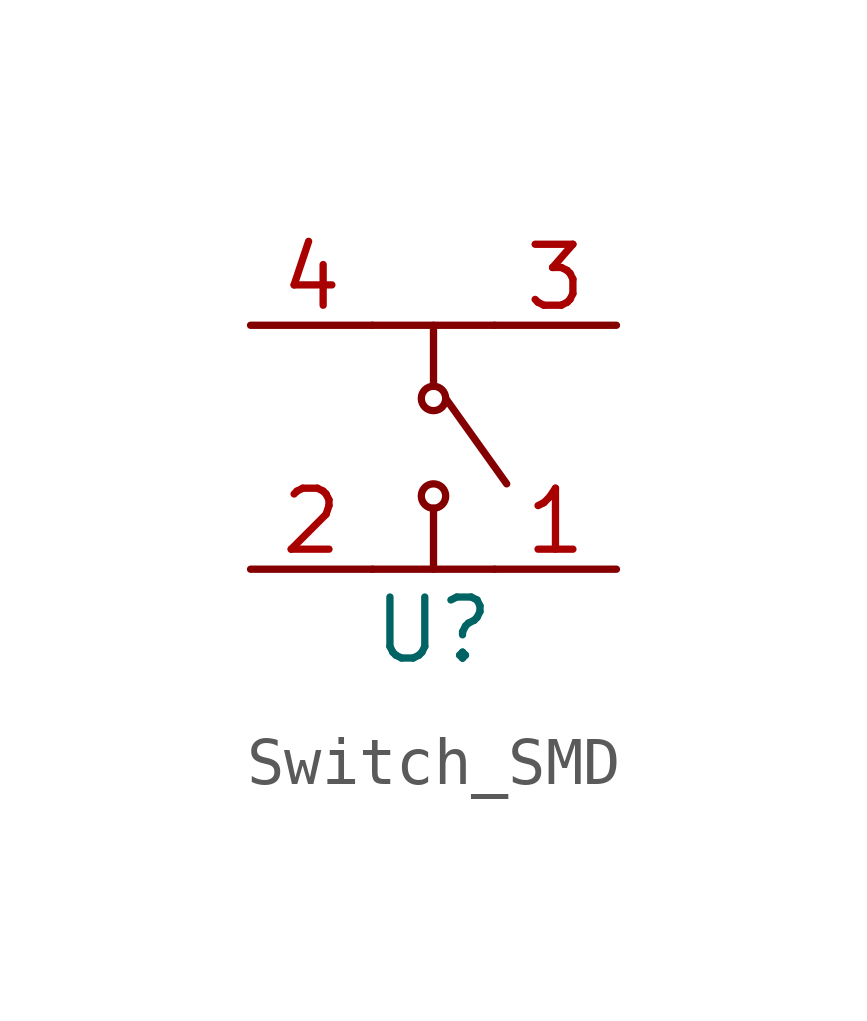
<source format=kicad_sym>
(kicad_symbol_lib
  (version 20241209)
  (generator "kicad_symbol_editor")
  (generator_version "9.0")
  (symbol "Switch_SMD"
    (property "Reference" "U"
      (at 0 -3.81 0)
      (effects (font (size 1.27 1.27))))
    (property "Value" ""
      (at 0 0 0)
      (effects (font (size 1.27 1.27))))
    (symbol "Switch_SMD_0_1"
      (polyline (pts (xy 0 2.54) (xy 0 1.27)) (stroke (width 0) (type default)) (fill (type none)))
      (circle (center 0 1.016) (radius 0.254) (stroke (width 0) (type default)) (fill (type none)))
      (circle (center 0 -1.016) (radius 0.254) (stroke (width 0) (type default)) (fill (type none)))
      (polyline (pts (xy 0 -1.27) (xy 0 -2.54)) (stroke (width 0) (type default)) (fill (type none)))
      (polyline (pts (xy 0.254 1.016) (xy 1.524 -0.762)) (stroke (width 0) (type default)) (fill (type none)))
      (polyline (pts (xy 1.27 2.54) (xy -1.27 2.54)) (stroke (width 0) (type default)) (fill (type none)))
      (polyline (pts (xy 1.27 -2.54) (xy -1.27 -2.54)) (stroke (width 0) (type default)) (fill (type none))))
    (symbol "Switch_SMD_1_1"
      (pin bidirectional line (at -3.81 2.54 0) (length 2.54) (name "" (effects (font (size 1.27 1.27)))) (number "4" (effects (font (size 1.27 1.27)))))
      (pin bidirectional line (at -3.81 -2.54 0) (length 2.54) (name "" (effects (font (size 1.27 1.27)))) (number "2" (effects (font (size 1.27 1.27)))))
      (pin bidirectional line (at 3.81 2.54 180) (length 2.54) (name "" (effects (font (size 1.27 1.27)))) (number "3" (effects (font (size 1.27 1.27)))))
      (pin bidirectional line (at 3.81 -2.54 180) (length 2.54) (name "" (effects (font (size 1.27 1.27)))) (number "1" (effects (font (size 1.27 1.27))))))))
</source>
